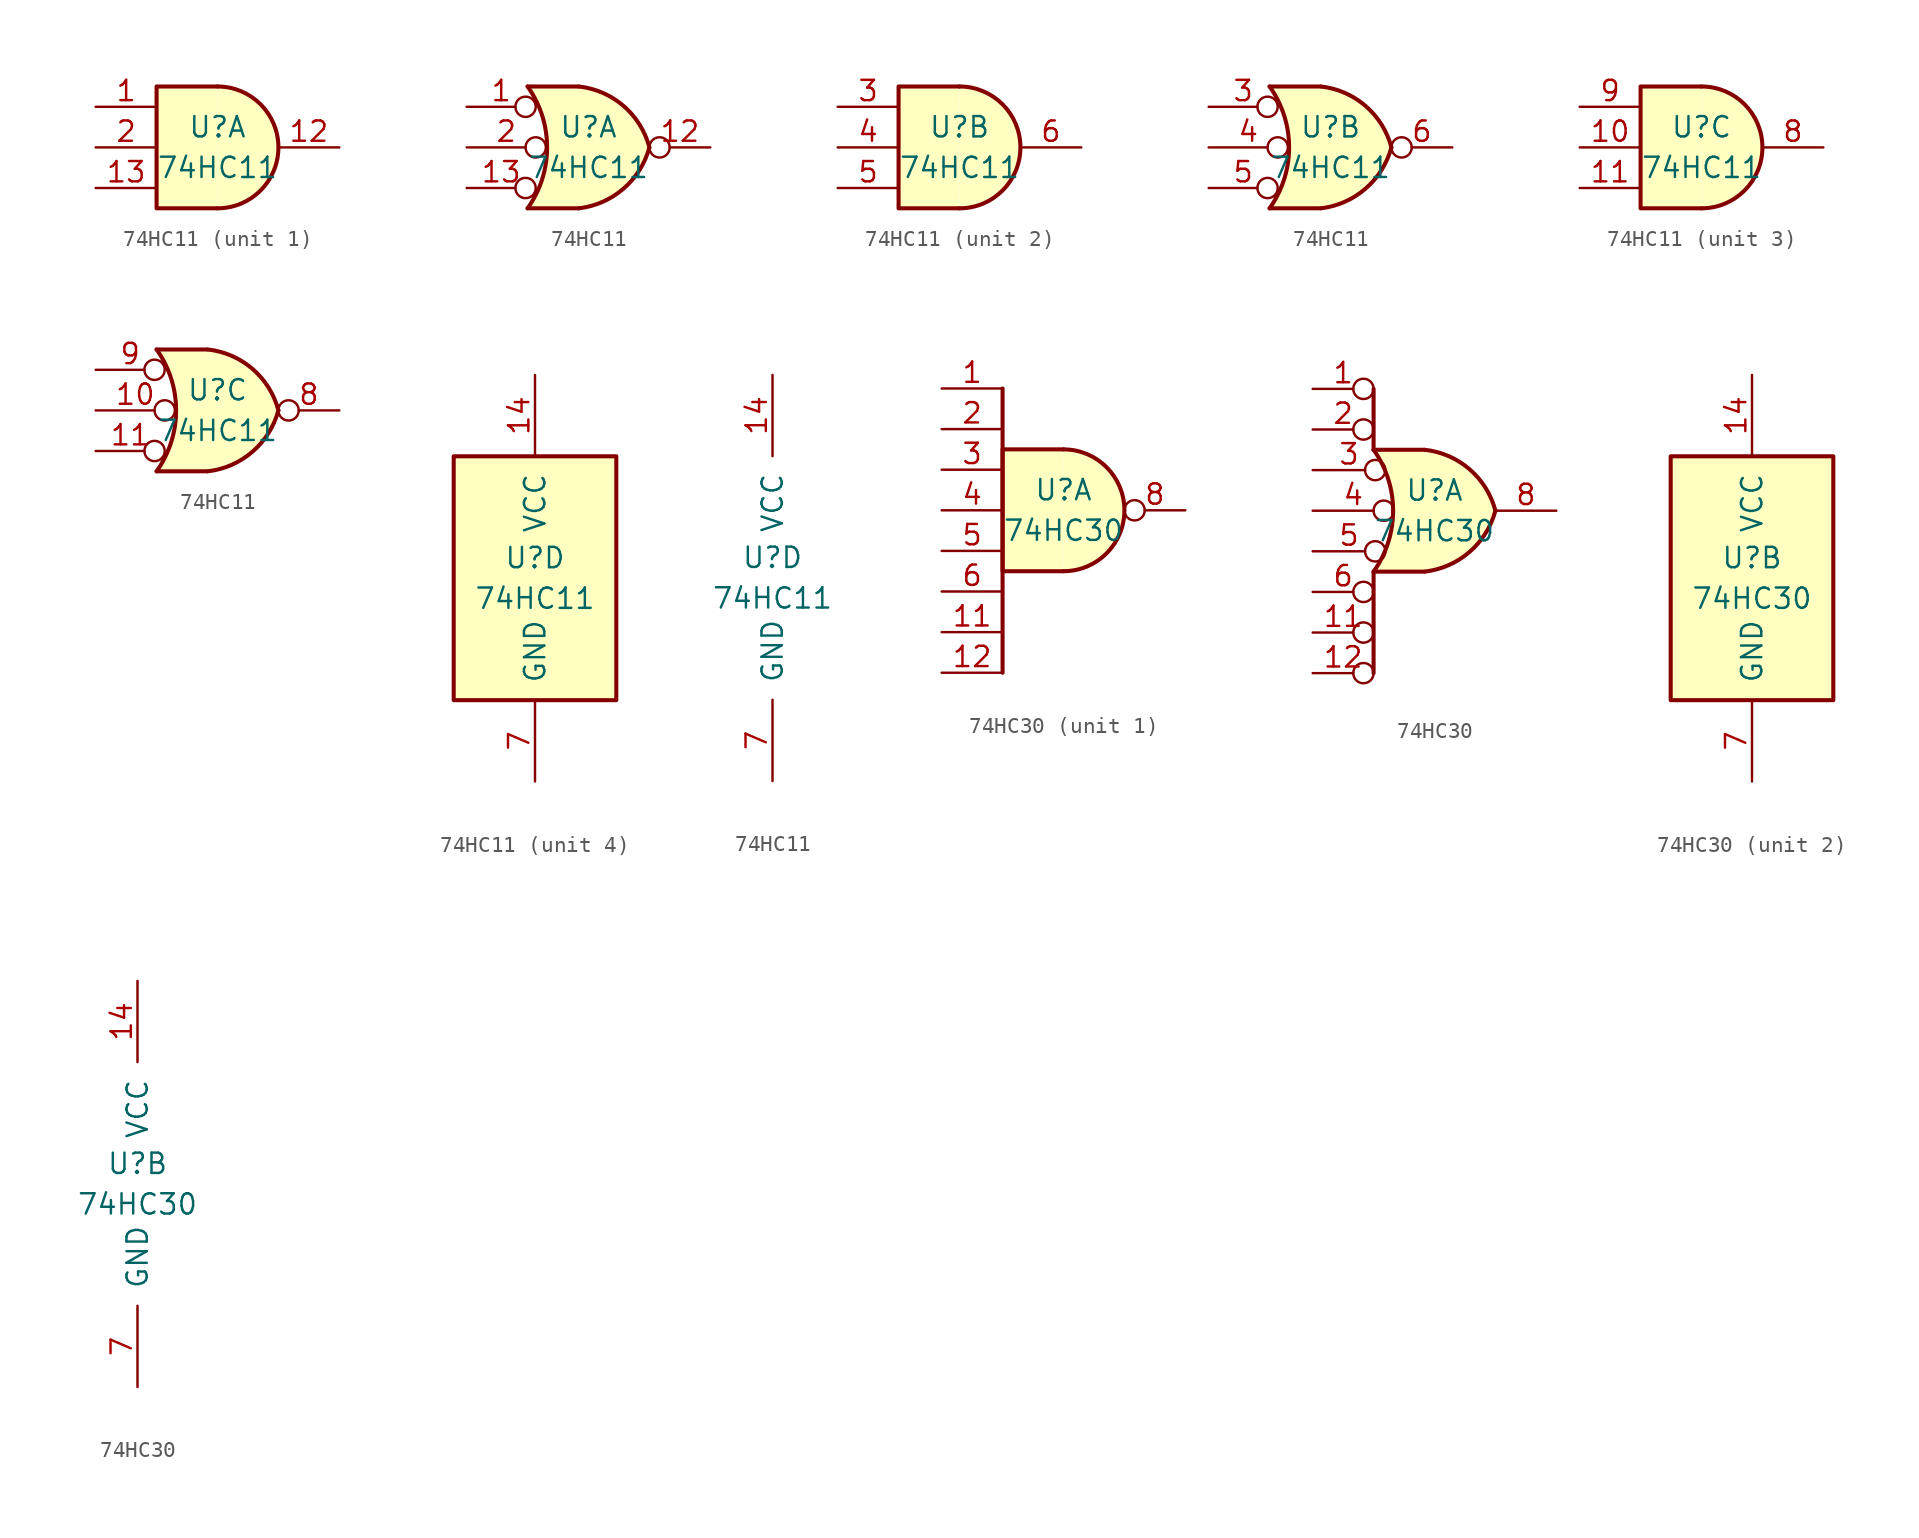
<source format=kicad_sym>
(kicad_symbol_lib
  (version 20220914)
  (generator kicad_symbol_editor)
  (symbol "74HC11"
    (pin_names
      (offset 1.016))
    (property "Reference" "U"
      (at 0 1.27 0)
      (effects (font (size 1.27 1.27))))
    (property "Value" "74HC11"
      (at 0 -1.27 0)
      (effects (font (size 1.27 1.27))))
    (property "ki_locked" ""
      (at 0 0 0)
      (effects (font (size 1.27 1.27))))
    (symbol "74HC11_1_1"
      (arc (start 0 -3.81) (mid 3.7934 0) (end 0 3.81) (stroke (width 0.254) (type default)) (fill (type background)))
      (polyline (pts (xy 0 3.81) (xy -3.81 3.81) (xy -3.81 -3.81) (xy 0 -3.81)) (stroke (width 0.254) (type default)) (fill (type background)))
      (pin input line (at -7.62 2.54 0) (length 3.81) (name "~" (effects (font (size 1.27 1.27)))) (number "1" (effects (font (size 1.27 1.27)))))
      (pin output line (at 7.62 0 180) (length 3.81) (name "~" (effects (font (size 1.27 1.27)))) (number "12" (effects (font (size 1.27 1.27)))))
      (pin input line (at -7.62 -2.54 0) (length 3.81) (name "~" (effects (font (size 1.27 1.27)))) (number "13" (effects (font (size 1.27 1.27)))))
      (pin input line (at -7.62 0 0) (length 3.81) (name "~" (effects (font (size 1.27 1.27)))) (number "2" (effects (font (size 1.27 1.27))))))
    (symbol "74HC11_1_2"
      (arc (start -3.81 -3.81) (mid -2.589 0) (end -3.81 3.81) (stroke (width 0.254) (type default)) (fill (type none)))
      (arc (start -0.6096 -3.81) (mid 2.1842 -2.5851) (end 3.81 0) (stroke (width 0.254) (type default)) (fill (type background)))
      (polyline (pts (xy -3.81 -3.81) (xy -0.635 -3.81)) (stroke (width 0.254) (type default)) (fill (type background)))
      (polyline (pts (xy -3.81 3.81) (xy -0.635 3.81)) (stroke (width 0.254) (type default)) (fill (type background)))
      (polyline (pts (xy -0.635 3.81) (xy -3.81 3.81) (xy -3.81 3.81) (xy -3.556 3.404) (xy -3.023 2.261) (xy -2.692 1.041) (xy -2.616 -0.254) (xy -2.769 -1.499) (xy -3.175 -2.718) (xy -3.81 -3.81) (xy -3.81 -3.81) (xy -0.635 -3.81)) (stroke (width -25.4) (type default)) (fill (type background)))
      (arc (start 3.81 0) (mid 2.1915 2.5936) (end -0.6096 3.81) (stroke (width 0.254) (type default)) (fill (type background)))
      (pin input inverted (at -7.62 2.54 0) (length 4.318) (name "~" (effects (font (size 1.27 1.27)))) (number "1" (effects (font (size 1.27 1.27)))))
      (pin output inverted (at 7.62 0 180) (length 3.81) (name "~" (effects (font (size 1.27 1.27)))) (number "12" (effects (font (size 1.27 1.27)))))
      (pin input inverted (at -7.62 -2.54 0) (length 4.318) (name "~" (effects (font (size 1.27 1.27)))) (number "13" (effects (font (size 1.27 1.27)))))
      (pin input inverted (at -7.62 0 0) (length 4.953) (name "~" (effects (font (size 1.27 1.27)))) (number "2" (effects (font (size 1.27 1.27))))))
    (symbol "74HC11_2_1"
      (arc (start 0 -3.81) (mid 3.7934 0) (end 0 3.81) (stroke (width 0.254) (type default)) (fill (type background)))
      (polyline (pts (xy 0 3.81) (xy -3.81 3.81) (xy -3.81 -3.81) (xy 0 -3.81)) (stroke (width 0.254) (type default)) (fill (type background)))
      (pin input line (at -7.62 2.54 0) (length 3.81) (name "~" (effects (font (size 1.27 1.27)))) (number "3" (effects (font (size 1.27 1.27)))))
      (pin input line (at -7.62 0 0) (length 3.81) (name "~" (effects (font (size 1.27 1.27)))) (number "4" (effects (font (size 1.27 1.27)))))
      (pin input line (at -7.62 -2.54 0) (length 3.81) (name "~" (effects (font (size 1.27 1.27)))) (number "5" (effects (font (size 1.27 1.27)))))
      (pin output line (at 7.62 0 180) (length 3.81) (name "~" (effects (font (size 1.27 1.27)))) (number "6" (effects (font (size 1.27 1.27))))))
    (symbol "74HC11_2_2"
      (arc (start -3.81 -3.81) (mid -2.589 0) (end -3.81 3.81) (stroke (width 0.254) (type default)) (fill (type none)))
      (arc (start -0.6096 -3.81) (mid 2.1842 -2.5851) (end 3.81 0) (stroke (width 0.254) (type default)) (fill (type background)))
      (polyline (pts (xy -3.81 -3.81) (xy -0.635 -3.81)) (stroke (width 0.254) (type default)) (fill (type background)))
      (polyline (pts (xy -3.81 3.81) (xy -0.635 3.81)) (stroke (width 0.254) (type default)) (fill (type background)))
      (polyline (pts (xy -0.635 3.81) (xy -3.81 3.81) (xy -3.81 3.81) (xy -3.556 3.404) (xy -3.023 2.261) (xy -2.692 1.041) (xy -2.616 -0.254) (xy -2.769 -1.499) (xy -3.175 -2.718) (xy -3.81 -3.81) (xy -3.81 -3.81) (xy -0.635 -3.81)) (stroke (width -25.4) (type default)) (fill (type background)))
      (arc (start 3.81 0) (mid 2.1915 2.5936) (end -0.6096 3.81) (stroke (width 0.254) (type default)) (fill (type background)))
      (pin input inverted (at -7.62 2.54 0) (length 4.318) (name "~" (effects (font (size 1.27 1.27)))) (number "3" (effects (font (size 1.27 1.27)))))
      (pin input inverted (at -7.62 0 0) (length 4.953) (name "~" (effects (font (size 1.27 1.27)))) (number "4" (effects (font (size 1.27 1.27)))))
      (pin input inverted (at -7.62 -2.54 0) (length 4.318) (name "~" (effects (font (size 1.27 1.27)))) (number "5" (effects (font (size 1.27 1.27)))))
      (pin output inverted (at 7.62 0 180) (length 3.81) (name "~" (effects (font (size 1.27 1.27)))) (number "6" (effects (font (size 1.27 1.27))))))
    (symbol "74HC11_3_1"
      (arc (start 0 -3.81) (mid 3.7934 0) (end 0 3.81) (stroke (width 0.254) (type default)) (fill (type background)))
      (polyline (pts (xy 0 3.81) (xy -3.81 3.81) (xy -3.81 -3.81) (xy 0 -3.81)) (stroke (width 0.254) (type default)) (fill (type background)))
      (pin input line (at -7.62 0 0) (length 3.81) (name "~" (effects (font (size 1.27 1.27)))) (number "10" (effects (font (size 1.27 1.27)))))
      (pin input line (at -7.62 -2.54 0) (length 3.81) (name "~" (effects (font (size 1.27 1.27)))) (number "11" (effects (font (size 1.27 1.27)))))
      (pin output line (at 7.62 0 180) (length 3.81) (name "~" (effects (font (size 1.27 1.27)))) (number "8" (effects (font (size 1.27 1.27)))))
      (pin input line (at -7.62 2.54 0) (length 3.81) (name "~" (effects (font (size 1.27 1.27)))) (number "9" (effects (font (size 1.27 1.27))))))
    (symbol "74HC11_3_2"
      (arc (start -3.81 -3.81) (mid -2.589 0) (end -3.81 3.81) (stroke (width 0.254) (type default)) (fill (type none)))
      (arc (start -0.6096 -3.81) (mid 2.1842 -2.5851) (end 3.81 0) (stroke (width 0.254) (type default)) (fill (type background)))
      (polyline (pts (xy -3.81 -3.81) (xy -0.635 -3.81)) (stroke (width 0.254) (type default)) (fill (type background)))
      (polyline (pts (xy -3.81 3.81) (xy -0.635 3.81)) (stroke (width 0.254) (type default)) (fill (type background)))
      (polyline (pts (xy -0.635 3.81) (xy -3.81 3.81) (xy -3.81 3.81) (xy -3.556 3.404) (xy -3.023 2.261) (xy -2.692 1.041) (xy -2.616 -0.254) (xy -2.769 -1.499) (xy -3.175 -2.718) (xy -3.81 -3.81) (xy -3.81 -3.81) (xy -0.635 -3.81)) (stroke (width -25.4) (type default)) (fill (type background)))
      (arc (start 3.81 0) (mid 2.1915 2.5936) (end -0.6096 3.81) (stroke (width 0.254) (type default)) (fill (type background)))
      (pin input inverted (at -7.62 0 0) (length 4.953) (name "~" (effects (font (size 1.27 1.27)))) (number "10" (effects (font (size 1.27 1.27)))))
      (pin input inverted (at -7.62 -2.54 0) (length 4.318) (name "~" (effects (font (size 1.27 1.27)))) (number "11" (effects (font (size 1.27 1.27)))))
      (pin output inverted (at 7.62 0 180) (length 3.81) (name "~" (effects (font (size 1.27 1.27)))) (number "8" (effects (font (size 1.27 1.27)))))
      (pin input inverted (at -7.62 2.54 0) (length 4.318) (name "~" (effects (font (size 1.27 1.27)))) (number "9" (effects (font (size 1.27 1.27))))))
    (symbol "74HC11_4_0"
      (pin power_in line (at 0 12.7 270) (length 5.08) (name "VCC" (effects (font (size 1.27 1.27)))) (number "14" (effects (font (size 1.27 1.27)))))
      (pin power_in line (at 0 -12.7 90) (length 5.08) (name "GND" (effects (font (size 1.27 1.27)))) (number "7" (effects (font (size 1.27 1.27))))))
    (symbol "74HC11_4_1"
      (rectangle (start -5.08 7.62) (end 5.08 -7.62) (stroke (width 0.254) (type default)) (fill (type background)))))
  (symbol "74HC30"
    (pin_names
      (offset 1.016))
    (property "Reference" "U"
      (at 0 1.27 0)
      (effects (font (size 1.27 1.27))))
    (property "Value" "74HC30"
      (at 0 -1.27 0)
      (effects (font (size 1.27 1.27))))
    (property "ki_locked" ""
      (at 0 0 0)
      (effects (font (size 1.27 1.27))))
    (symbol "74HC30_1_1"
      (arc (start 0 -3.81) (mid 3.7934 0) (end 0 3.81) (stroke (width 0.254) (type default)) (fill (type background)))
      (polyline (pts (xy -3.81 7.62) (xy -3.81 -10.16)) (stroke (width 0.254) (type default)) (fill (type none)))
      (polyline (pts (xy 0 3.81) (xy -3.81 3.81) (xy -3.81 -3.81) (xy 0 -3.81)) (stroke (width 0.254) (type default)) (fill (type background)))
      (pin input line (at -7.62 7.62 0) (length 3.81) (name "~" (effects (font (size 1.27 1.27)))) (number "1" (effects (font (size 1.27 1.27)))))
      (pin input line (at -7.62 -7.62 0) (length 3.81) (name "~" (effects (font (size 1.27 1.27)))) (number "11" (effects (font (size 1.27 1.27)))))
      (pin input line (at -7.62 -10.16 0) (length 3.81) (name "~" (effects (font (size 1.27 1.27)))) (number "12" (effects (font (size 1.27 1.27)))))
      (pin input line (at -7.62 5.08 0) (length 3.81) (name "~" (effects (font (size 1.27 1.27)))) (number "2" (effects (font (size 1.27 1.27)))))
      (pin input line (at -7.62 2.54 0) (length 3.81) (name "~" (effects (font (size 1.27 1.27)))) (number "3" (effects (font (size 1.27 1.27)))))
      (pin input line (at -7.62 0 0) (length 3.81) (name "~" (effects (font (size 1.27 1.27)))) (number "4" (effects (font (size 1.27 1.27)))))
      (pin input line (at -7.62 -2.54 0) (length 3.81) (name "~" (effects (font (size 1.27 1.27)))) (number "5" (effects (font (size 1.27 1.27)))))
      (pin input line (at -7.62 -5.08 0) (length 3.81) (name "~" (effects (font (size 1.27 1.27)))) (number "6" (effects (font (size 1.27 1.27)))))
      (pin output inverted (at 7.62 0 180) (length 3.81) (name "~" (effects (font (size 1.27 1.27)))) (number "8" (effects (font (size 1.27 1.27))))))
    (symbol "74HC30_1_2"
      (arc (start -3.81 -3.81) (mid -2.589 0) (end -3.81 3.81) (stroke (width 0.254) (type default)) (fill (type none)))
      (arc (start -0.6096 -3.81) (mid 2.1842 -2.5851) (end 3.81 0) (stroke (width 0.254) (type default)) (fill (type background)))
      (polyline (pts (xy -3.81 -3.81) (xy -3.81 -10.16)) (stroke (width 0.254) (type default)) (fill (type none)))
      (polyline (pts (xy -3.81 -3.81) (xy -0.635 -3.81)) (stroke (width 0.254) (type default)) (fill (type background)))
      (polyline (pts (xy -3.81 3.81) (xy -0.635 3.81)) (stroke (width 0.254) (type default)) (fill (type background)))
      (polyline (pts (xy -3.81 7.62) (xy -3.81 3.81)) (stroke (width 0.254) (type default)) (fill (type none)))
      (polyline (pts (xy -0.635 3.81) (xy -3.81 3.81) (xy -3.81 3.81) (xy -3.556 3.404) (xy -3.023 2.261) (xy -2.692 1.041) (xy -2.616 -0.254) (xy -2.769 -1.499) (xy -3.175 -2.718) (xy -3.81 -3.81) (xy -3.81 -3.81) (xy -0.635 -3.81)) (stroke (width -25.4) (type default)) (fill (type background)))
      (arc (start 3.81 0) (mid 2.1915 2.5936) (end -0.6096 3.81) (stroke (width 0.254) (type default)) (fill (type background)))
      (pin input inverted (at -7.62 7.62 0) (length 3.81) (name "~" (effects (font (size 1.27 1.27)))) (number "1" (effects (font (size 1.27 1.27)))))
      (pin input inverted (at -7.62 -7.62 0) (length 3.81) (name "~" (effects (font (size 1.27 1.27)))) (number "11" (effects (font (size 1.27 1.27)))))
      (pin input inverted (at -7.62 -10.16 0) (length 3.81) (name "~" (effects (font (size 1.27 1.27)))) (number "12" (effects (font (size 1.27 1.27)))))
      (pin input inverted (at -7.62 5.08 0) (length 3.81) (name "~" (effects (font (size 1.27 1.27)))) (number "2" (effects (font (size 1.27 1.27)))))
      (pin input inverted (at -7.62 2.54 0) (length 4.547) (name "~" (effects (font (size 1.27 1.27)))) (number "3" (effects (font (size 1.27 1.27)))))
      (pin input inverted (at -7.62 0 0) (length 5.08) (name "~" (effects (font (size 1.27 1.27)))) (number "4" (effects (font (size 1.27 1.27)))))
      (pin input inverted (at -7.62 -2.54 0) (length 4.547) (name "~" (effects (font (size 1.27 1.27)))) (number "5" (effects (font (size 1.27 1.27)))))
      (pin input inverted (at -7.62 -5.08 0) (length 3.81) (name "~" (effects (font (size 1.27 1.27)))) (number "6" (effects (font (size 1.27 1.27)))))
      (pin output line (at 7.62 0 180) (length 3.81) (name "~" (effects (font (size 1.27 1.27)))) (number "8" (effects (font (size 1.27 1.27))))))
    (symbol "74HC30_2_0"
      (pin power_in line (at 0 12.7 270) (length 5.08) (name "VCC" (effects (font (size 1.27 1.27)))) (number "14" (effects (font (size 1.27 1.27)))))
      (pin power_in line (at 0 -12.7 90) (length 5.08) (name "GND" (effects (font (size 1.27 1.27)))) (number "7" (effects (font (size 1.27 1.27))))))
    (symbol "74HC30_2_1"
      (rectangle (start -5.08 7.62) (end 5.08 -7.62) (stroke (width 0.254) (type default)) (fill (type background))))))
</source>
